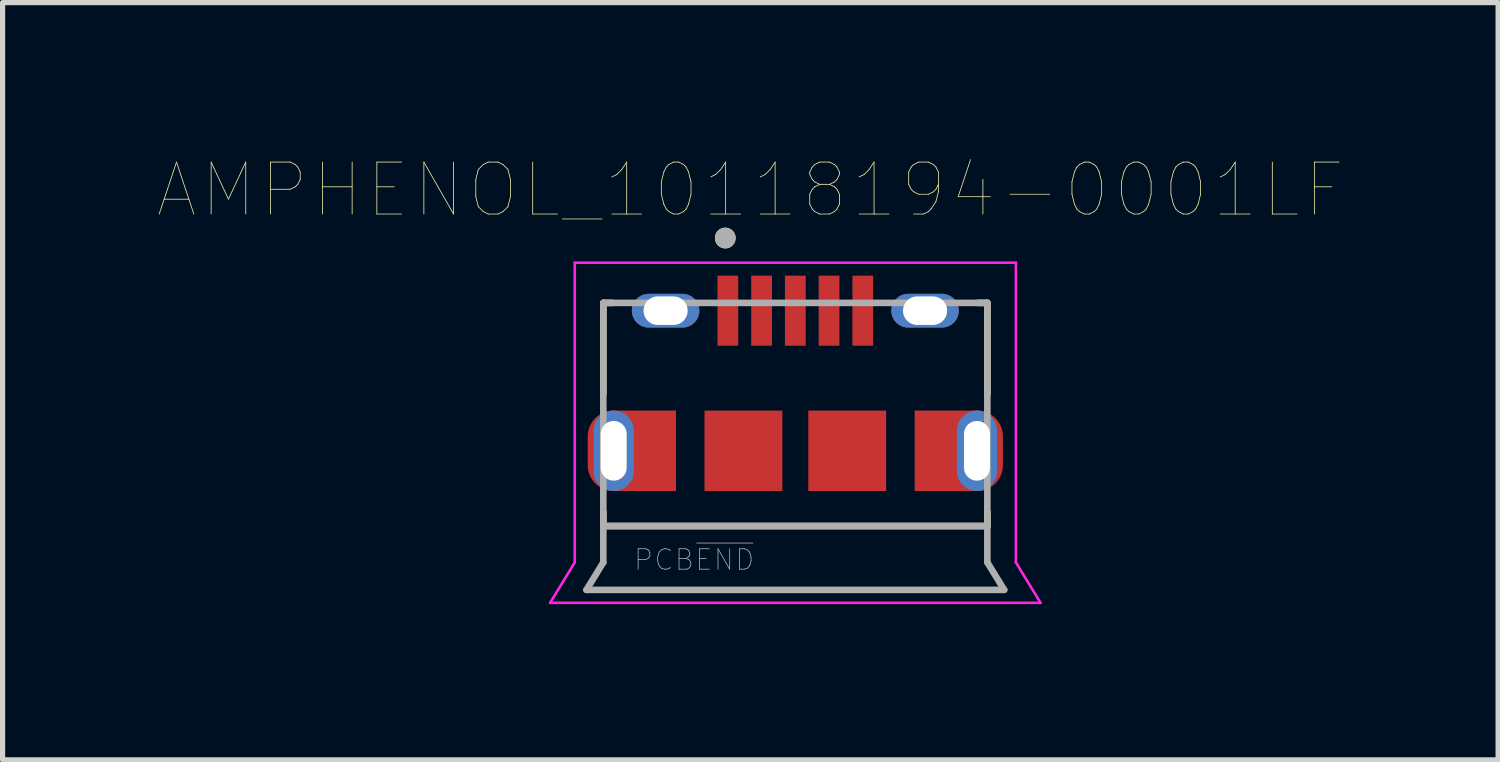
<source format=kicad_pcb>
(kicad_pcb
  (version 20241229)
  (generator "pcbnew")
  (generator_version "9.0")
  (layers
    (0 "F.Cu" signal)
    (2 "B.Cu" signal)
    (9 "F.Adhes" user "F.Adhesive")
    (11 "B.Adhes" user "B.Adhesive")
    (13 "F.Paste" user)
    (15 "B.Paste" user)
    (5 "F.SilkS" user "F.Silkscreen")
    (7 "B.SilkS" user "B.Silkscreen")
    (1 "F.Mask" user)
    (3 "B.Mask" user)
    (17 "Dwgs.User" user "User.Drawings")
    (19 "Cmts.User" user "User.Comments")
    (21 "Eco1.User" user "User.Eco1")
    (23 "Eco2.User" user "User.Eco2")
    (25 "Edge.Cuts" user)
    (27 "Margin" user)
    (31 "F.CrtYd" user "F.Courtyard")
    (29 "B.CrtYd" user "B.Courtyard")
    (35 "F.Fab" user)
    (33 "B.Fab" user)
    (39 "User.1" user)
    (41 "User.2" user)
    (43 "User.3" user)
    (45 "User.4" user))
  (footprint "AMPHENOL_10118194-0001LF"
    (layer "F.Cu")
    (at 12.276 5.637)
    (property "Reference" "AMPHENOL_10118194-0001LF" (at -0.866 -5.025 0) (layer "F.SilkS") (effects (font (size 1.001 1.001) (thickness 0.015))))
    (attr through_hole)
    (fp_poly (pts (xy -2.3 -0.78) (xy -2.3 0.775) (xy -3.498 0.775) (xy -3.498 0.575) (xy -3.486 0.575) (xy -3.473 0.574) (xy -3.46 0.572) (xy -3.447 0.57) (xy -3.434 0.567) (xy -3.422 0.563) (xy -3.41 0.558) (xy -3.398 0.553) (xy -3.386 0.548) (xy -3.374 0.542) (xy -3.363 0.535) (xy -3.353 0.527) (xy -3.342 0.52) (xy -3.332 0.511) (xy -3.323 0.502) (xy -3.314 0.493) (xy -3.305 0.483) (xy -3.298 0.472) (xy -3.29 0.462) (xy -3.283 0.451) (xy -3.277 0.439) (xy -3.272 0.427) (xy -3.267 0.415) (xy -3.262 0.403) (xy -3.258 0.391) (xy -3.255 0.378) (xy -3.253 0.365) (xy -3.251 0.352) (xy -3.25 0.339) (xy -3.25 0.325) (xy -3.25 0.315) (xy -3.25 -0.315) (xy -3.25 -0.325) (xy -3.25 -0.338) (xy -3.251 -0.351) (xy -3.253 -0.364) (xy -3.255 -0.377) (xy -3.259 -0.39) (xy -3.262 -0.402) (xy -3.267 -0.415) (xy -3.272 -0.427) (xy -3.277 -0.438) (xy -3.283 -0.45) (xy -3.29 -0.461) (xy -3.298 -0.472) (xy -3.306 -0.482) (xy -3.314 -0.492) (xy -3.323 -0.502) (xy -3.333 -0.511) (xy -3.343 -0.519) (xy -3.353 -0.527) (xy -3.364 -0.535) (xy -3.375 -0.542) (xy -3.387 -0.548) (xy -3.398 -0.553) (xy -3.41 -0.558) (xy -3.423 -0.563) (xy -3.435 -0.566) (xy -3.448 -0.57) (xy -3.461 -0.572) (xy -3.474 -0.574) (xy -3.487 -0.575) (xy -3.5 -0.575) (xy -3.513 -0.575) (xy -3.526 -0.574) (xy -3.539 -0.572) (xy -3.552 -0.57) (xy -3.565 -0.566) (xy -3.577 -0.563) (xy -3.59 -0.558) (xy -3.602 -0.553) (xy -3.613 -0.548) (xy -3.625 -0.542) (xy -3.636 -0.535) (xy -3.647 -0.527) (xy -3.657 -0.519) (xy -3.667 -0.511) (xy -3.677 -0.502) (xy -3.686 -0.492) (xy -3.694 -0.482) (xy -3.702 -0.472) (xy -3.71 -0.461) (xy -3.717 -0.45) (xy -3.723 -0.438) (xy -3.728 -0.427) (xy -3.733 -0.415) (xy -3.738 -0.402) (xy -3.741 -0.39) (xy -3.745 -0.377) (xy -3.747 -0.364) (xy -3.749 -0.351) (xy -3.75 -0.338) (xy -3.75 -0.325) (xy -3.75 0.325) (xy -3.75 0.339) (xy -3.749 0.352) (xy -3.747 0.365) (xy -3.745 0.378) (xy -3.742 0.391) (xy -3.738 0.403) (xy -3.733 0.415) (xy -3.728 0.427) (xy -3.723 0.439) (xy -3.717 0.451) (xy -3.71 0.462) (xy -3.702 0.472) (xy -3.695 0.483) (xy -3.686 0.493) (xy -3.677 0.502) (xy -3.668 0.511) (xy -3.658 0.52) (xy -3.647 0.527) (xy -3.637 0.535) (xy -3.626 0.542) (xy -3.614 0.548) (xy -3.602 0.553) (xy -3.59 0.558) (xy -3.578 0.563) (xy -3.566 0.567) (xy -3.553 0.57) (xy -3.54 0.572) (xy -3.527 0.574) (xy -3.514 0.575) (xy -3.502 0.575) (xy -3.502 0.775) (xy -3.527 0.774) (xy -3.553 0.772) (xy -3.579 0.769) (xy -3.605 0.764) (xy -3.63 0.758) (xy -3.655 0.751) (xy -3.68 0.742) (xy -3.704 0.732) (xy -3.728 0.721) (xy -3.751 0.708) (xy -3.773 0.695) (xy -3.794 0.68) (xy -3.815 0.664) (xy -3.835 0.647) (xy -3.854 0.629) (xy -3.872 0.61) (xy -3.889 0.59) (xy -3.905 0.569) (xy -3.92 0.548) (xy -3.933 0.526) (xy -3.946 0.503) (xy -3.957 0.479) (xy -3.967 0.455) (xy -3.976 0.43) (xy -3.983 0.405) (xy -3.989 0.38) (xy -3.994 0.354) (xy -3.997 0.328) (xy -3.999 0.302) (xy -4 0.275) (xy -4 -0.275) (xy -3.999 -0.301) (xy -3.997 -0.327) (xy -3.994 -0.353) (xy -3.989 -0.379) (xy -3.983 -0.404) (xy -3.976 -0.43) (xy -3.967 -0.454) (xy -3.957 -0.478) (xy -3.946 -0.502) (xy -3.933 -0.525) (xy -3.919 -0.547) (xy -3.905 -0.569) (xy -3.889 -0.59) (xy -3.872 -0.61) (xy -3.854 -0.629) (xy -3.835 -0.647) (xy -3.815 -0.664) (xy -3.794 -0.68) (xy -3.772 -0.694) (xy -3.75 -0.708) (xy -3.727 -0.721) (xy -3.703 -0.732) (xy -3.679 -0.742) (xy -3.655 -0.751) (xy -3.629 -0.758) (xy -3.604 -0.764) (xy -3.578 -0.769) (xy -3.552 -0.772) (xy -3.526 -0.774) (xy -3.5 -0.775) (xy -2.305 -0.775) (xy -2.305 -0.78) (xy -2.3 -0.78)) (stroke (width 0.001) (type solid)) (fill yes) (layer "F.Cu"))
    (fp_poly (pts (xy 2.3 0.78) (xy 2.3 -0.775) (xy 3.498 -0.775) (xy 3.498 -0.575) (xy 3.486 -0.575) (xy 3.473 -0.574) (xy 3.46 -0.572) (xy 3.447 -0.57) (xy 3.434 -0.567) (xy 3.422 -0.563) (xy 3.41 -0.558) (xy 3.398 -0.553) (xy 3.386 -0.548) (xy 3.374 -0.542) (xy 3.363 -0.535) (xy 3.353 -0.527) (xy 3.342 -0.52) (xy 3.332 -0.511) (xy 3.323 -0.502) (xy 3.314 -0.493) (xy 3.305 -0.483) (xy 3.298 -0.472) (xy 3.29 -0.462) (xy 3.283 -0.451) (xy 3.277 -0.439) (xy 3.272 -0.427) (xy 3.267 -0.415) (xy 3.262 -0.403) (xy 3.258 -0.391) (xy 3.255 -0.378) (xy 3.253 -0.365) (xy 3.251 -0.352) (xy 3.25 -0.339) (xy 3.25 -0.325) (xy 3.25 -0.315) (xy 3.25 0.315) (xy 3.25 0.325) (xy 3.25 0.338) (xy 3.251 0.351) (xy 3.253 0.364) (xy 3.255 0.377) (xy 3.259 0.39) (xy 3.262 0.402) (xy 3.267 0.415) (xy 3.272 0.427) (xy 3.277 0.438) (xy 3.283 0.45) (xy 3.29 0.461) (xy 3.298 0.472) (xy 3.306 0.482) (xy 3.314 0.492) (xy 3.323 0.502) (xy 3.333 0.511) (xy 3.343 0.519) (xy 3.353 0.527) (xy 3.364 0.535) (xy 3.375 0.542) (xy 3.387 0.548) (xy 3.398 0.553) (xy 3.41 0.558) (xy 3.423 0.563) (xy 3.435 0.566) (xy 3.448 0.57) (xy 3.461 0.572) (xy 3.474 0.574) (xy 3.487 0.575) (xy 3.5 0.575) (xy 3.513 0.575) (xy 3.526 0.574) (xy 3.539 0.572) (xy 3.552 0.57) (xy 3.565 0.566) (xy 3.577 0.563) (xy 3.59 0.558) (xy 3.602 0.553) (xy 3.613 0.548) (xy 3.625 0.542) (xy 3.636 0.535) (xy 3.647 0.527) (xy 3.657 0.519) (xy 3.667 0.511) (xy 3.677 0.502) (xy 3.686 0.492) (xy 3.694 0.482) (xy 3.702 0.472) (xy 3.71 0.461) (xy 3.717 0.45) (xy 3.723 0.438) (xy 3.728 0.427) (xy 3.733 0.415) (xy 3.738 0.402) (xy 3.741 0.39) (xy 3.745 0.377) (xy 3.747 0.364) (xy 3.749 0.351) (xy 3.75 0.338) (xy 3.75 0.325) (xy 3.75 -0.325) (xy 3.75 -0.339) (xy 3.749 -0.352) (xy 3.747 -0.365) (xy 3.745 -0.378) (xy 3.742 -0.391) (xy 3.738 -0.403) (xy 3.733 -0.415) (xy 3.728 -0.427) (xy 3.723 -0.439) (xy 3.717 -0.451) (xy 3.71 -0.462) (xy 3.702 -0.472) (xy 3.695 -0.483) (xy 3.686 -0.493) (xy 3.677 -0.502) (xy 3.668 -0.511) (xy 3.658 -0.52) (xy 3.647 -0.527) (xy 3.637 -0.535) (xy 3.626 -0.542) (xy 3.614 -0.548) (xy 3.602 -0.553) (xy 3.59 -0.558) (xy 3.578 -0.563) (xy 3.566 -0.567) (xy 3.553 -0.57) (xy 3.54 -0.572) (xy 3.527 -0.574) (xy 3.514 -0.575) (xy 3.502 -0.575) (xy 3.502 -0.775) (xy 3.527 -0.774) (xy 3.553 -0.772) (xy 3.579 -0.769) (xy 3.605 -0.764) (xy 3.63 -0.758) (xy 3.655 -0.751) (xy 3.68 -0.742) (xy 3.704 -0.732) (xy 3.728 -0.721) (xy 3.751 -0.708) (xy 3.773 -0.695) (xy 3.794 -0.68) (xy 3.815 -0.664) (xy 3.835 -0.647) (xy 3.854 -0.629) (xy 3.872 -0.61) (xy 3.889 -0.59) (xy 3.905 -0.569) (xy 3.92 -0.548) (xy 3.933 -0.526) (xy 3.946 -0.503) (xy 3.957 -0.479) (xy 3.967 -0.455) (xy 3.976 -0.43) (xy 3.983 -0.405) (xy 3.989 -0.38) (xy 3.994 -0.354) (xy 3.997 -0.328) (xy 3.999 -0.302) (xy 4 -0.275) (xy 4 0.275) (xy 3.999 0.301) (xy 3.997 0.327) (xy 3.994 0.353) (xy 3.989 0.379) (xy 3.983 0.404) (xy 3.976 0.43) (xy 3.967 0.454) (xy 3.957 0.478) (xy 3.946 0.502) (xy 3.933 0.525) (xy 3.919 0.547) (xy 3.905 0.569) (xy 3.889 0.59) (xy 3.872 0.61) (xy 3.854 0.629) (xy 3.835 0.647) (xy 3.815 0.664) (xy 3.794 0.68) (xy 3.772 0.694) (xy 3.75 0.708) (xy 3.727 0.721) (xy 3.703 0.732) (xy 3.679 0.742) (xy 3.655 0.751) (xy 3.629 0.758) (xy 3.604 0.764) (xy 3.578 0.769) (xy 3.552 0.772) (xy 3.526 0.774) (xy 3.5 0.775) (xy 2.305 0.775) (xy 2.305 0.78) (xy 2.3 0.78)) (stroke (width 0.001) (type solid)) (fill yes) (layer "F.Cu"))
    (fp_poly (pts (xy -3.6 -0.875) (xy -2.2 -0.875) (xy -2.2 0.875) (xy -3.6 0.875) (xy -3.626 0.874) (xy -3.652 0.872) (xy -3.678 0.869) (xy -3.704 0.864) (xy -3.729 0.858) (xy -3.755 0.851) (xy -3.779 0.842) (xy -3.803 0.832) (xy -3.827 0.821) (xy -3.85 0.808) (xy -3.872 0.794) (xy -3.894 0.78) (xy -3.915 0.764) (xy -3.935 0.747) (xy -3.954 0.729) (xy -3.972 0.71) (xy -3.989 0.69) (xy -4.005 0.669) (xy -4.019 0.647) (xy -4.033 0.625) (xy -4.046 0.602) (xy -4.057 0.578) (xy -4.067 0.554) (xy -4.076 0.53) (xy -4.083 0.504) (xy -4.089 0.479) (xy -4.094 0.453) (xy -4.097 0.427) (xy -4.099 0.401) (xy -4.1 0.375) (xy -4.1 -0.375) (xy -4.099 -0.401) (xy -4.097 -0.427) (xy -4.094 -0.453) (xy -4.089 -0.479) (xy -4.083 -0.504) (xy -4.076 -0.53) (xy -4.067 -0.554) (xy -4.057 -0.578) (xy -4.046 -0.602) (xy -4.033 -0.625) (xy -4.019 -0.647) (xy -4.005 -0.669) (xy -3.989 -0.69) (xy -3.972 -0.71) (xy -3.954 -0.729) (xy -3.935 -0.747) (xy -3.915 -0.764) (xy -3.894 -0.78) (xy -3.872 -0.794) (xy -3.85 -0.808) (xy -3.827 -0.821) (xy -3.803 -0.832) (xy -3.779 -0.842) (xy -3.755 -0.851) (xy -3.729 -0.858) (xy -3.704 -0.864) (xy -3.678 -0.869) (xy -3.652 -0.872) (xy -3.626 -0.874) (xy -3.6 -0.875)) (stroke (width 0.0001) (type solid)) (fill yes) (layer "F.Mask"))
    (fp_poly (pts (xy 3.6 0.875) (xy 2.2 0.875) (xy 2.2 -0.875) (xy 3.6 -0.875) (xy 3.626 -0.874) (xy 3.652 -0.872) (xy 3.678 -0.869) (xy 3.704 -0.864) (xy 3.729 -0.858) (xy 3.755 -0.851) (xy 3.779 -0.842) (xy 3.803 -0.832) (xy 3.827 -0.821) (xy 3.85 -0.808) (xy 3.872 -0.794) (xy 3.894 -0.78) (xy 3.915 -0.764) (xy 3.935 -0.747) (xy 3.954 -0.729) (xy 3.972 -0.71) (xy 3.989 -0.69) (xy 4.005 -0.669) (xy 4.019 -0.647) (xy 4.033 -0.625) (xy 4.046 -0.602) (xy 4.057 -0.578) (xy 4.067 -0.554) (xy 4.076 -0.53) (xy 4.083 -0.504) (xy 4.089 -0.479) (xy 4.094 -0.453) (xy 4.097 -0.427) (xy 4.099 -0.401) (xy 4.1 -0.375) (xy 4.1 0.375) (xy 4.099 0.401) (xy 4.097 0.427) (xy 4.094 0.453) (xy 4.089 0.479) (xy 4.083 0.504) (xy 4.076 0.53) (xy 4.067 0.554) (xy 4.057 0.578) (xy 4.046 0.602) (xy 4.033 0.625) (xy 4.019 0.647) (xy 4.005 0.669) (xy 3.989 0.69) (xy 3.972 0.71) (xy 3.954 0.729) (xy 3.935 0.747) (xy 3.915 0.764) (xy 3.894 0.78) (xy 3.872 0.794) (xy 3.85 0.808) (xy 3.827 0.821) (xy 3.803 0.832) (xy 3.779 0.842) (xy 3.755 0.851) (xy 3.729 0.858) (xy 3.704 0.864) (xy 3.678 0.869) (xy 3.652 0.872) (xy 3.626 0.874) (xy 3.6 0.875)) (stroke (width 0.0001) (type solid)) (fill yes) (layer "F.Mask"))
    (fp_line (start -3.7 -2.85) (end -3.7 -1.095) (stroke (width 0.127) (type solid)) (layer "F.SilkS"))
    (fp_line (start -3.7 -2.85) (end -3.52 -2.85) (stroke (width 0.127) (type solid)) (layer "F.SilkS"))
    (fp_line (start -3.7 1.45) (end -3.7 1.18) (stroke (width 0.127) (type solid)) (layer "F.SilkS"))
    (fp_line (start -3.7 1.45) (end 3.7 1.45) (stroke (width 0.127) (type solid)) (layer "F.SilkS"))
    (fp_line (start 3.7 -2.85) (end 3.52 -2.85) (stroke (width 0.127) (type solid)) (layer "F.SilkS"))
    (fp_line (start 3.7 -2.85) (end 3.7 -1.095) (stroke (width 0.127) (type solid)) (layer "F.SilkS"))
    (fp_line (start 3.7 1.18) (end 3.7 1.45) (stroke (width 0.127) (type solid)) (layer "F.SilkS"))
    (fp_circle (center -1.35 -4.1) (end -1.25 -4.1) (stroke (width 0.2) (type solid)) (fill no) (layer "F.SilkS"))
    (fp_line (start -3.5 -0.77) (end -3.5 -0.6) (stroke (width 0.0001) (type solid)) (layer "F.Paste"))
    (fp_line (start 3.5 0.77) (end 3.5 0.6) (stroke (width 0.0001) (type solid)) (layer "F.Paste"))
    (fp_poly (pts (xy -3.5 -0.775) (xy -3.5 -0.575) (xy -3.487 -0.575) (xy -3.474 -0.574) (xy -3.461 -0.572) (xy -3.448 -0.57) (xy -3.435 -0.566) (xy -3.423 -0.563) (xy -3.41 -0.558) (xy -3.398 -0.553) (xy -3.387 -0.548) (xy -3.375 -0.542) (xy -3.364 -0.535) (xy -3.353 -0.527) (xy -3.343 -0.519) (xy -3.333 -0.511) (xy -3.323 -0.502) (xy -3.314 -0.492) (xy -3.306 -0.482) (xy -3.298 -0.472) (xy -3.29 -0.461) (xy -3.283 -0.45) (xy -3.277 -0.438) (xy -3.272 -0.427) (xy -3.267 -0.415) (xy -3.262 -0.402) (xy -3.259 -0.39) (xy -3.255 -0.377) (xy -3.253 -0.364) (xy -3.251 -0.351) (xy -3.25 -0.338) (xy -3.25 -0.325) (xy -3.25 0.325) (xy -3.25 0.338) (xy -3.251 0.351) (xy -3.253 0.364) (xy -3.255 0.377) (xy -3.259 0.39) (xy -3.262 0.402) (xy -3.267 0.415) (xy -3.272 0.427) (xy -3.277 0.438) (xy -3.283 0.45) (xy -3.29 0.461) (xy -3.298 0.472) (xy -3.306 0.482) (xy -3.314 0.492) (xy -3.323 0.502) (xy -3.333 0.511) (xy -3.343 0.519) (xy -3.353 0.527) (xy -3.364 0.535) (xy -3.375 0.542) (xy -3.387 0.548) (xy -3.398 0.553) (xy -3.41 0.558) (xy -3.423 0.563) (xy -3.435 0.566) (xy -3.448 0.57) (xy -3.461 0.572) (xy -3.474 0.574) (xy -3.487 0.575) (xy -3.5 0.575) (xy -3.5 0.775) (xy -2.3 0.775) (xy -2.3 -0.775) (xy -3.5 -0.775)) (stroke (width 0.0001) (type solid)) (fill yes) (layer "F.Paste"))
    (fp_poly (pts (xy 3.5 0.775) (xy 3.5 0.575) (xy 3.487 0.575) (xy 3.474 0.574) (xy 3.461 0.572) (xy 3.448 0.57) (xy 3.435 0.566) (xy 3.423 0.563) (xy 3.41 0.558) (xy 3.398 0.553) (xy 3.387 0.548) (xy 3.375 0.542) (xy 3.364 0.535) (xy 3.353 0.527) (xy 3.343 0.519) (xy 3.333 0.511) (xy 3.323 0.502) (xy 3.314 0.492) (xy 3.306 0.482) (xy 3.298 0.472) (xy 3.29 0.461) (xy 3.283 0.45) (xy 3.277 0.438) (xy 3.272 0.427) (xy 3.267 0.415) (xy 3.262 0.402) (xy 3.259 0.39) (xy 3.255 0.377) (xy 3.253 0.364) (xy 3.251 0.351) (xy 3.25 0.338) (xy 3.25 0.325) (xy 3.25 -0.325) (xy 3.25 -0.338) (xy 3.251 -0.351) (xy 3.253 -0.364) (xy 3.255 -0.377) (xy 3.259 -0.39) (xy 3.262 -0.402) (xy 3.267 -0.415) (xy 3.272 -0.427) (xy 3.277 -0.438) (xy 3.283 -0.45) (xy 3.29 -0.461) (xy 3.298 -0.472) (xy 3.306 -0.482) (xy 3.314 -0.492) (xy 3.323 -0.502) (xy 3.333 -0.511) (xy 3.343 -0.519) (xy 3.353 -0.527) (xy 3.364 -0.535) (xy 3.375 -0.542) (xy 3.387 -0.548) (xy 3.398 -0.553) (xy 3.41 -0.558) (xy 3.423 -0.563) (xy 3.435 -0.566) (xy 3.448 -0.57) (xy 3.461 -0.572) (xy 3.474 -0.574) (xy 3.487 -0.575) (xy 3.5 -0.575) (xy 3.5 -0.775) (xy 2.3 -0.775) (xy 2.3 0.775) (xy 3.5 0.775)) (stroke (width 0.0001) (type solid)) (fill yes) (layer "F.Paste"))
    (fp_poly (pts (xy -3.5 -0.775) (xy -3.5 -0.575) (xy -3.513 -0.575) (xy -3.526 -0.574) (xy -3.539 -0.572) (xy -3.552 -0.57) (xy -3.565 -0.566) (xy -3.577 -0.563) (xy -3.59 -0.558) (xy -3.602 -0.553) (xy -3.613 -0.548) (xy -3.625 -0.542) (xy -3.636 -0.535) (xy -3.647 -0.527) (xy -3.657 -0.519) (xy -3.667 -0.511) (xy -3.677 -0.502) (xy -3.686 -0.492) (xy -3.694 -0.482) (xy -3.702 -0.472) (xy -3.71 -0.461) (xy -3.717 -0.45) (xy -3.723 -0.438) (xy -3.728 -0.427) (xy -3.733 -0.415) (xy -3.738 -0.402) (xy -3.741 -0.39) (xy -3.745 -0.377) (xy -3.747 -0.364) (xy -3.749 -0.351) (xy -3.75 -0.338) (xy -3.75 -0.325) (xy -3.75 0.325) (xy -3.75 0.338) (xy -3.749 0.351) (xy -3.747 0.364) (xy -3.745 0.377) (xy -3.741 0.39) (xy -3.738 0.402) (xy -3.733 0.415) (xy -3.728 0.427) (xy -3.723 0.438) (xy -3.717 0.45) (xy -3.71 0.461) (xy -3.702 0.472) (xy -3.694 0.482) (xy -3.686 0.492) (xy -3.677 0.502) (xy -3.667 0.511) (xy -3.657 0.519) (xy -3.647 0.527) (xy -3.636 0.535) (xy -3.625 0.542) (xy -3.613 0.548) (xy -3.602 0.553) (xy -3.59 0.558) (xy -3.577 0.563) (xy -3.565 0.566) (xy -3.552 0.57) (xy -3.539 0.572) (xy -3.526 0.574) (xy -3.513 0.575) (xy -3.5 0.575) (xy -3.5 0.775) (xy -3.526 0.774) (xy -3.552 0.772) (xy -3.578 0.769) (xy -3.604 0.764) (xy -3.629 0.758) (xy -3.655 0.751) (xy -3.679 0.742) (xy -3.703 0.732) (xy -3.727 0.721) (xy -3.75 0.708) (xy -3.772 0.694) (xy -3.794 0.68) (xy -3.815 0.664) (xy -3.835 0.647) (xy -3.854 0.629) (xy -3.872 0.61) (xy -3.889 0.59) (xy -3.905 0.569) (xy -3.919 0.547) (xy -3.933 0.525) (xy -3.946 0.502) (xy -3.957 0.478) (xy -3.967 0.454) (xy -3.976 0.43) (xy -3.983 0.404) (xy -3.989 0.379) (xy -3.994 0.353) (xy -3.997 0.327) (xy -3.999 0.301) (xy -4 0.275) (xy -4 -0.275) (xy -3.999 -0.301) (xy -3.997 -0.327) (xy -3.994 -0.353) (xy -3.989 -0.379) (xy -3.983 -0.404) (xy -3.976 -0.43) (xy -3.967 -0.454) (xy -3.957 -0.478) (xy -3.946 -0.502) (xy -3.933 -0.525) (xy -3.919 -0.547) (xy -3.905 -0.569) (xy -3.889 -0.59) (xy -3.872 -0.61) (xy -3.854 -0.629) (xy -3.835 -0.647) (xy -3.815 -0.664) (xy -3.794 -0.68) (xy -3.772 -0.694) (xy -3.75 -0.708) (xy -3.727 -0.721) (xy -3.703 -0.732) (xy -3.679 -0.742) (xy -3.655 -0.751) (xy -3.629 -0.758) (xy -3.604 -0.764) (xy -3.578 -0.769) (xy -3.552 -0.772) (xy -3.526 -0.774) (xy -3.5 -0.775)) (stroke (width 0.0001) (type solid)) (fill yes) (layer "F.Paste"))
    (fp_poly (pts (xy 3.5 0.775) (xy 3.5 0.575) (xy 3.513 0.575) (xy 3.526 0.574) (xy 3.539 0.572) (xy 3.552 0.57) (xy 3.565 0.566) (xy 3.577 0.563) (xy 3.59 0.558) (xy 3.602 0.553) (xy 3.613 0.548) (xy 3.625 0.542) (xy 3.636 0.535) (xy 3.647 0.527) (xy 3.657 0.519) (xy 3.667 0.511) (xy 3.677 0.502) (xy 3.686 0.492) (xy 3.694 0.482) (xy 3.702 0.472) (xy 3.71 0.461) (xy 3.717 0.45) (xy 3.723 0.438) (xy 3.728 0.427) (xy 3.733 0.415) (xy 3.738 0.402) (xy 3.741 0.39) (xy 3.745 0.377) (xy 3.747 0.364) (xy 3.749 0.351) (xy 3.75 0.338) (xy 3.75 0.325) (xy 3.75 -0.325) (xy 3.75 -0.338) (xy 3.749 -0.351) (xy 3.747 -0.364) (xy 3.745 -0.377) (xy 3.741 -0.39) (xy 3.738 -0.402) (xy 3.733 -0.415) (xy 3.728 -0.427) (xy 3.723 -0.438) (xy 3.717 -0.45) (xy 3.71 -0.461) (xy 3.702 -0.472) (xy 3.694 -0.482) (xy 3.686 -0.492) (xy 3.677 -0.502) (xy 3.667 -0.511) (xy 3.657 -0.519) (xy 3.647 -0.527) (xy 3.636 -0.535) (xy 3.625 -0.542) (xy 3.613 -0.548) (xy 3.602 -0.553) (xy 3.59 -0.558) (xy 3.577 -0.563) (xy 3.565 -0.566) (xy 3.552 -0.57) (xy 3.539 -0.572) (xy 3.526 -0.574) (xy 3.513 -0.575) (xy 3.5 -0.575) (xy 3.5 -0.775) (xy 3.526 -0.774) (xy 3.552 -0.772) (xy 3.578 -0.769) (xy 3.604 -0.764) (xy 3.629 -0.758) (xy 3.655 -0.751) (xy 3.679 -0.742) (xy 3.703 -0.732) (xy 3.727 -0.721) (xy 3.75 -0.708) (xy 3.772 -0.694) (xy 3.794 -0.68) (xy 3.815 -0.664) (xy 3.835 -0.647) (xy 3.854 -0.629) (xy 3.872 -0.61) (xy 3.889 -0.59) (xy 3.905 -0.569) (xy 3.919 -0.547) (xy 3.933 -0.525) (xy 3.946 -0.502) (xy 3.957 -0.478) (xy 3.967 -0.454) (xy 3.976 -0.43) (xy 3.983 -0.404) (xy 3.989 -0.379) (xy 3.994 -0.353) (xy 3.997 -0.327) (xy 3.999 -0.301) (xy 4 -0.275) (xy 4 0.275) (xy 3.999 0.301) (xy 3.997 0.327) (xy 3.994 0.353) (xy 3.989 0.379) (xy 3.983 0.404) (xy 3.976 0.43) (xy 3.967 0.454) (xy 3.957 0.478) (xy 3.946 0.502) (xy 3.933 0.525) (xy 3.919 0.547) (xy 3.905 0.569) (xy 3.889 0.59) (xy 3.872 0.61) (xy 3.854 0.629) (xy 3.835 0.647) (xy 3.815 0.664) (xy 3.794 0.68) (xy 3.772 0.694) (xy 3.75 0.708) (xy 3.727 0.721) (xy 3.703 0.732) (xy 3.679 0.742) (xy 3.655 0.751) (xy 3.629 0.758) (xy 3.604 0.764) (xy 3.578 0.769) (xy 3.552 0.772) (xy 3.526 0.774) (xy 3.5 0.775)) (stroke (width 0.0001) (type solid)) (fill yes) (layer "F.Paste"))
    (fp_line (start -4.725 2.93) (end -4.25 2.15) (stroke (width 0.05) (type solid)) (layer "F.CrtYd"))
    (fp_line (start -4.25 -3.625) (end 4.25 -3.625) (stroke (width 0.05) (type solid)) (layer "F.CrtYd"))
    (fp_line (start -4.25 2.15) (end -4.25 -3.625) (stroke (width 0.05) (type solid)) (layer "F.CrtYd"))
    (fp_line (start 4.25 2.15) (end 4.25 -3.625) (stroke (width 0.05) (type solid)) (layer "F.CrtYd"))
    (fp_line (start 4.725 2.93) (end -4.725 2.93) (stroke (width 0.05) (type solid)) (layer "F.CrtYd"))
    (fp_line (start 4.725 2.93) (end 4.25 2.15) (stroke (width 0.05) (type solid)) (layer "F.CrtYd"))
    (fp_line (start -4.025 2.68) (end 4.025 2.68) (stroke (width 0.127) (type solid)) (layer "F.Fab"))
    (fp_line (start -3.7 -2.85) (end -3.7 1.45) (stroke (width 0.127) (type solid)) (layer "F.Fab"))
    (fp_line (start -3.7 -2.85) (end 3.7 -2.85) (stroke (width 0.127) (type solid)) (layer "F.Fab"))
    (fp_line (start -3.7 1.45) (end -3.7 2.15) (stroke (width 0.127) (type solid)) (layer "F.Fab"))
    (fp_line (start -3.7 1.45) (end 3.7 1.45) (stroke (width 0.127) (type solid)) (layer "F.Fab"))
    (fp_line (start -3.7 2.15) (end -4.025 2.68) (stroke (width 0.127) (type solid)) (layer "F.Fab"))
    (fp_line (start 3.7 1.45) (end 3.7 -2.85) (stroke (width 0.127) (type solid)) (layer "F.Fab"))
    (fp_line (start 3.7 2.15) (end 3.7 1.45) (stroke (width 0.127) (type solid)) (layer "F.Fab"))
    (fp_line (start 4.025 2.68) (end 3.7 2.15) (stroke (width 0.127) (type solid)) (layer "F.Fab"))
    (fp_circle (center -1.35 -4.1) (end -1.25 -4.1) (stroke (width 0.2) (type solid)) (fill no) (layer "F.Fab"))
    (fp_text user "PCB~{END}" (at -1.95 2.1 0) (layer "F.Fab") (effects (font (size 0.394 0.394) (thickness 0.015))))
    (pad "1" smd rect (at -1.3 -2.7) (size 0.4 1.35) (layers "F.Cu" "F.Mask" "F.Paste"))
    (pad "2" smd rect (at -0.65 -2.7) (size 0.4 1.35) (layers "F.Cu" "F.Mask" "F.Paste"))
    (pad "3" smd rect (at 0 -2.7) (size 0.4 1.35) (layers "F.Cu" "F.Mask" "F.Paste"))
    (pad "4" smd rect (at 0.65 -2.7) (size 0.4 1.35) (layers "F.Cu" "F.Mask" "F.Paste"))
    (pad "5" smd rect (at 1.3 -2.7) (size 0.4 1.35) (layers "F.Cu" "F.Mask" "F.Paste"))
    (pad "6" thru_hole oval (at -3.5 0) (size 0.775 1.55) (drill oval 0.5 1.15) (layers "*.Cu" "*.Mask"))
    (pad "6" thru_hole oval (at -2.5 -2.7) (size 1.3 0.65) (drill oval 0.85 0.55) (layers "*.Cu" "*.Mask"))
    (pad "6" smd rect (at -1 0) (size 1.5 1.55) (layers "F.Cu" "F.Mask" "F.Paste"))
    (pad "6" smd rect (at 1 0) (size 1.5 1.55) (layers "F.Cu" "F.Mask" "F.Paste"))
    (pad "6" thru_hole oval (at 2.5 -2.7) (size 1.3 0.65) (drill oval 0.85 0.55) (layers "*.Cu" "*.Mask"))
    (pad "6" thru_hole oval (at 3.5 0) (size 0.775 1.55) (drill oval 0.5 1.15) (layers "*.Cu" "*.Mask")))
  (gr_rect
    (start -3 -3)
    (end 25.819 11.592)
    (stroke (width 0.1) (type default))
    (fill no)
    (layer "Edge.Cuts")))
</source>
